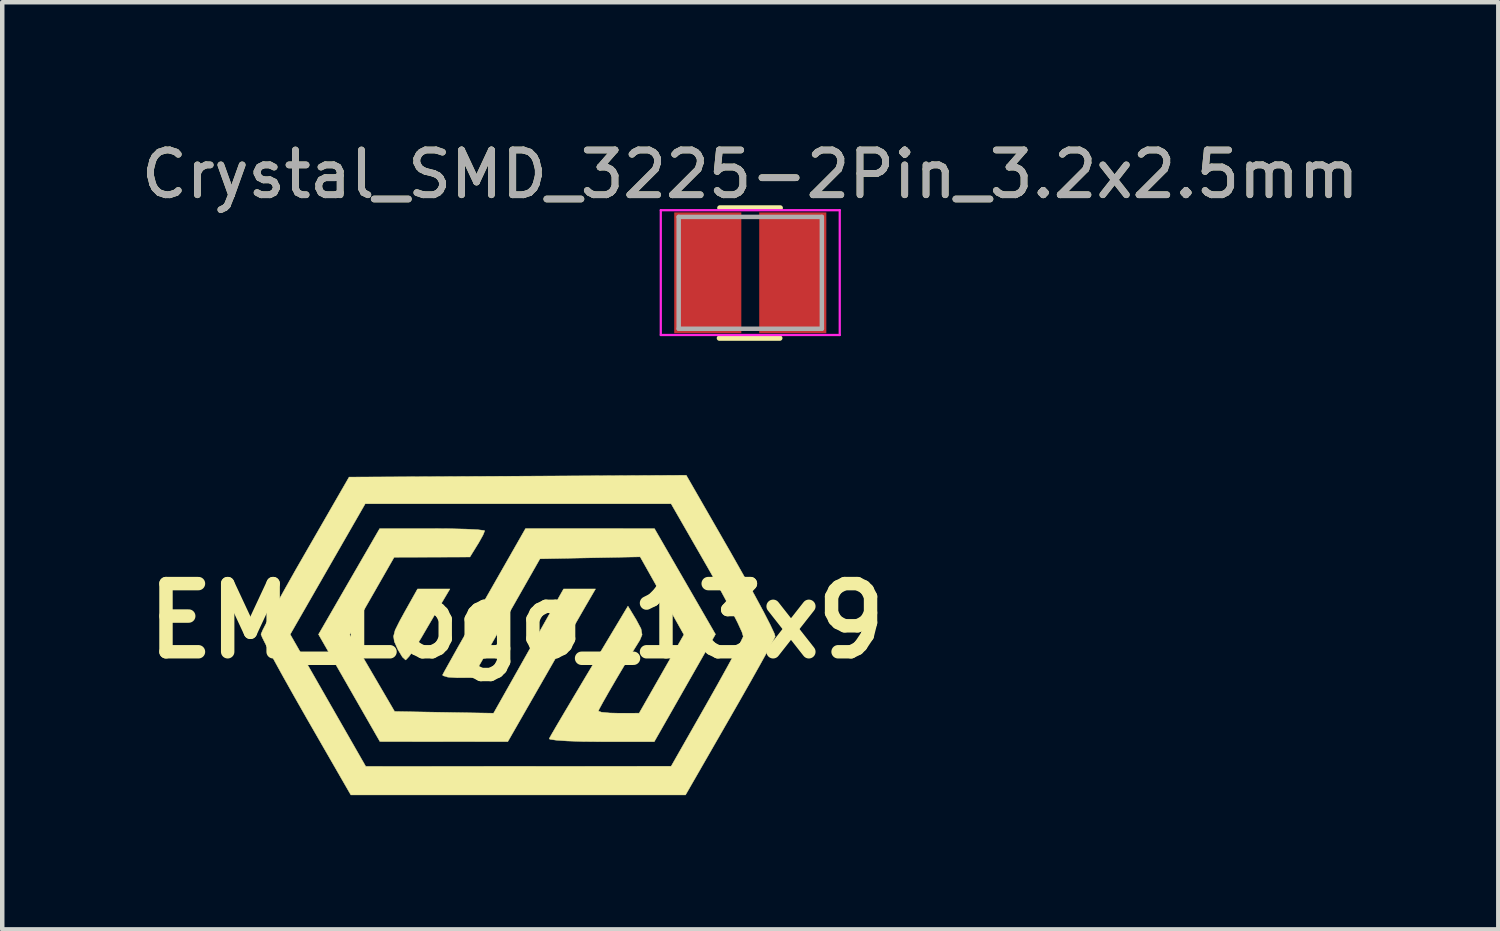
<source format=kicad_pcb>
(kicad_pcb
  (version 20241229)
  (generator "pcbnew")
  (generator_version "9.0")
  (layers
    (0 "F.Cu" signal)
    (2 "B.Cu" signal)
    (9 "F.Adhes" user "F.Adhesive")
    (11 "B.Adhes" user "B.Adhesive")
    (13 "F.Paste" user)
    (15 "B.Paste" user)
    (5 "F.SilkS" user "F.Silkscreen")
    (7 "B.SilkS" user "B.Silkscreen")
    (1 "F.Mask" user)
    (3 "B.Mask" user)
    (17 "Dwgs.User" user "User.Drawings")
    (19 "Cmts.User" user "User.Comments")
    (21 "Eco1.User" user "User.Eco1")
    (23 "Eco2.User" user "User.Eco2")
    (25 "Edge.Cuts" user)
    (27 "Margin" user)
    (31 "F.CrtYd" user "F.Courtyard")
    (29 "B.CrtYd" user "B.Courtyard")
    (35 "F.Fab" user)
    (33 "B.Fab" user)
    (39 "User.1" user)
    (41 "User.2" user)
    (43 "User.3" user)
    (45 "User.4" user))
  (footprint "EM_Logo_13x9"
    (layer "F.Cu")
    (at 8.498 10.829)
    (property "Reference" "EM_Logo_13x9" (at 0 0 0) (layer "F.SilkS") (effects (font (size 1.524 1.524) (thickness 0.3))))
    (attr through_hole)
    (fp_poly (pts (xy -1.668 -0.417) (xy -1.801 -0.19) (xy -1.974 0.105) (xy -2.132 0.376) (xy -2.281 0.618) (xy -2.405 0.794) (xy -2.478 0.871) (xy -2.482 0.872) (xy -2.552 0.808) (xy -2.649 0.649) (xy -2.671 0.603) (xy -2.734 0.46) (xy -2.751 0.343) (xy -2.716 0.207) (xy -2.617 0.008) (xy -2.508 -0.191) (xy -2.215 -0.714) (xy -1.492 -0.714) (xy -1.668 -0.417)) (stroke (width 0.01) (type solid)) (fill yes) (layer "F.SilkS"))
    (fp_poly (pts (xy -1.476 -2.061) (xy -1.128 -2.052) (xy -0.871 -2.039) (xy -0.731 -2.022) (xy -0.714 -2.014) (xy -0.752 -1.92) (xy -0.847 -1.749) (xy -0.88 -1.696) (xy -1.045 -1.429) (xy -1.892 -1.426) (xy -2.738 -1.424) (xy -3.234 -0.557) (xy -3.73 0.309) (xy -2.728 2.024) (xy -1.622 2.044) (xy -0.516 2.063) (xy 0.267 0.674) (xy 1.049 -0.714) (xy 1.762 -0.714) (xy 1.612 -0.456) (xy 1.527 -0.31) (xy 1.378 -0.051) (xy 1.18 0.295) (xy 0.945 0.703) (xy 0.69 1.149) (xy 0.632 1.25) (xy -0.198 2.698) (xy -1.627 2.697) (xy -3.056 2.696) (xy -4.428 0.301) (xy -3.745 -0.882) (xy -3.061 -2.064) (xy -1.888 -2.064) (xy -1.476 -2.061)) (stroke (width 0.01) (type solid)) (fill yes) (layer "F.SilkS"))
    (fp_poly (pts (xy 4.444 0.298) (xy 3.076 2.699) (xy 1.889 2.699) (xy 1.478 2.695) (xy 1.132 2.683) (xy 0.878 2.665) (xy 0.742 2.644) (xy 0.728 2.631) (xy 0.775 2.546) (xy 0.891 2.346) (xy 1.065 2.051) (xy 1.283 1.684) (xy 1.533 1.264) (xy 1.621 1.117) (xy 2.488 -0.331) (xy 2.671 -0.029) (xy 2.78 0.175) (xy 2.804 0.309) (xy 2.752 0.432) (xy 2.75 0.434) (xy 2.596 0.683) (xy 2.418 0.976) (xy 2.235 1.284) (xy 2.067 1.573) (xy 1.931 1.812) (xy 1.845 1.97) (xy 1.826 2.015) (xy 1.898 2.041) (xy 2.084 2.058) (xy 2.282 2.063) (xy 2.738 2.062) (xy 3.239 1.184) (xy 3.739 0.307) (xy 3.25 -0.563) (xy 2.761 -1.433) (xy 1.641 -1.411) (xy 0.521 -1.389) (xy -0.235 -0.06) (xy -0.992 1.268) (xy -1.336 1.269) (xy -1.538 1.256) (xy -1.647 1.223) (xy -1.654 1.204) (xy -1.608 1.118) (xy -1.495 0.916) (xy -1.327 0.615) (xy -1.113 0.238) (xy -0.866 -0.196) (xy -0.714 -0.463) (xy 0.198 -2.063) (xy 1.639 -2.063) (xy 3.08 -2.064) (xy 4.444 0.298)) (stroke (width 0.01) (type solid)) (fill yes) (layer "F.SilkS"))
    (fp_poly (pts (xy 4.798 -1.504) (xy 5.07 -1.023) (xy 5.313 -0.586) (xy 5.516 -0.21) (xy 5.667 0.084) (xy 5.758 0.277) (xy 5.779 0.347) (xy 5.734 0.44) (xy 5.621 0.651) (xy 5.45 0.96) (xy 5.233 1.347) (xy 4.98 1.792) (xy 4.765 2.167) (xy 3.775 3.889) (xy -3.706 3.889) (xy -4.711 2.143) (xy -4.984 1.663) (xy -5.23 1.225) (xy -5.436 0.85) (xy -5.592 0.557) (xy -5.688 0.365) (xy -5.712 0.301) (xy -5.062 0.301) (xy -4.218 1.776) (xy -3.373 3.252) (xy 3.453 3.249) (xy 4.247 1.854) (xy 4.49 1.423) (xy 4.705 1.036) (xy 4.881 0.713) (xy 5.004 0.479) (xy 5.063 0.355) (xy 5.066 0.347) (xy 5.036 0.247) (xy 4.937 0.032) (xy 4.78 -0.274) (xy 4.577 -0.651) (xy 4.339 -1.076) (xy 4.273 -1.192) (xy 3.453 -2.619) (xy 0.034 -2.619) (xy -3.385 -2.619) (xy -4.224 -1.159) (xy -5.062 0.301) (xy -5.712 0.301) (xy -5.714 0.297) (xy -5.675 0.204) (xy -5.567 -0.007) (xy -5.401 -0.315) (xy -5.187 -0.701) (xy -4.937 -1.145) (xy -4.728 -1.508) (xy -3.745 -3.215) (xy 0.023 -3.235) (xy 3.791 -3.256) (xy 4.798 -1.504)) (stroke (width 0.01) (type solid)) (fill yes) (layer "F.SilkS")))
  (footprint "Crystal_SMD_3225-2Pin_3.2x2.5mm"
    (layer "F.Cu")
    (at 13.72 3.048)
    (property "Reference" "Crystal_SMD_3225-2Pin_3.2x2.5mm" (at 0 -2.2 0) (layer "F.SilkS") (effects (font (size 1 1) (thickness 0.15))))
    (attr smd)
    (fp_line (start -0.69 1.46) (end 0.66 1.46) (stroke (width 0.12) (type solid)) (layer "F.SilkS"))
    (fp_line (start -0.68 -1.45) (end 0.67 -1.45) (stroke (width 0.12) (type solid)) (layer "F.SilkS"))
    (fp_line (start -2 -1.4) (end -2 1.39) (stroke (width 0.05) (type solid)) (layer "F.CrtYd"))
    (fp_line (start -2 -1.4) (end 2 -1.4) (stroke (width 0.05) (type solid)) (layer "F.CrtYd"))
    (fp_line (start -2 1.39) (end 2 1.39) (stroke (width 0.05) (type solid)) (layer "F.CrtYd"))
    (fp_line (start 2 -1.4) (end 2 1.39) (stroke (width 0.05) (type solid)) (layer "F.CrtYd"))
    (fp_line (start -1.6 -1.25) (end -1.6 1.25) (stroke (width 0.1) (type solid)) (layer "F.Fab"))
    (fp_line (start -1.6 -1.25) (end 1.6 -1.25) (stroke (width 0.1) (type solid)) (layer "F.Fab"))
    (fp_line (start -1.6 1.25) (end 1.6 1.25) (stroke (width 0.1) (type solid)) (layer "F.Fab"))
    (fp_line (start 1.6 -1.25) (end 1.6 1.25) (stroke (width 0.1) (type solid)) (layer "F.Fab"))
    (fp_text user "${REFERENCE}" (at 0 -2.2 0) (layer "F.Fab") (effects (font (size 1 1) (thickness 0.15))))
    (pad "1" smd rect (at 0.95 0) (size 1.5 2.7) (layers "F.Cu" "F.Mask" "F.Paste"))
    (pad "2" smd rect (at -0.95 0) (size 1.5 2.7) (layers "F.Cu" "F.Mask" "F.Paste")))
  (gr_rect
    (start -3 -3)
    (end 30.44 17.724)
    (stroke (width 0.1) (type default))
    (fill no)
    (layer "Edge.Cuts")))
</source>
